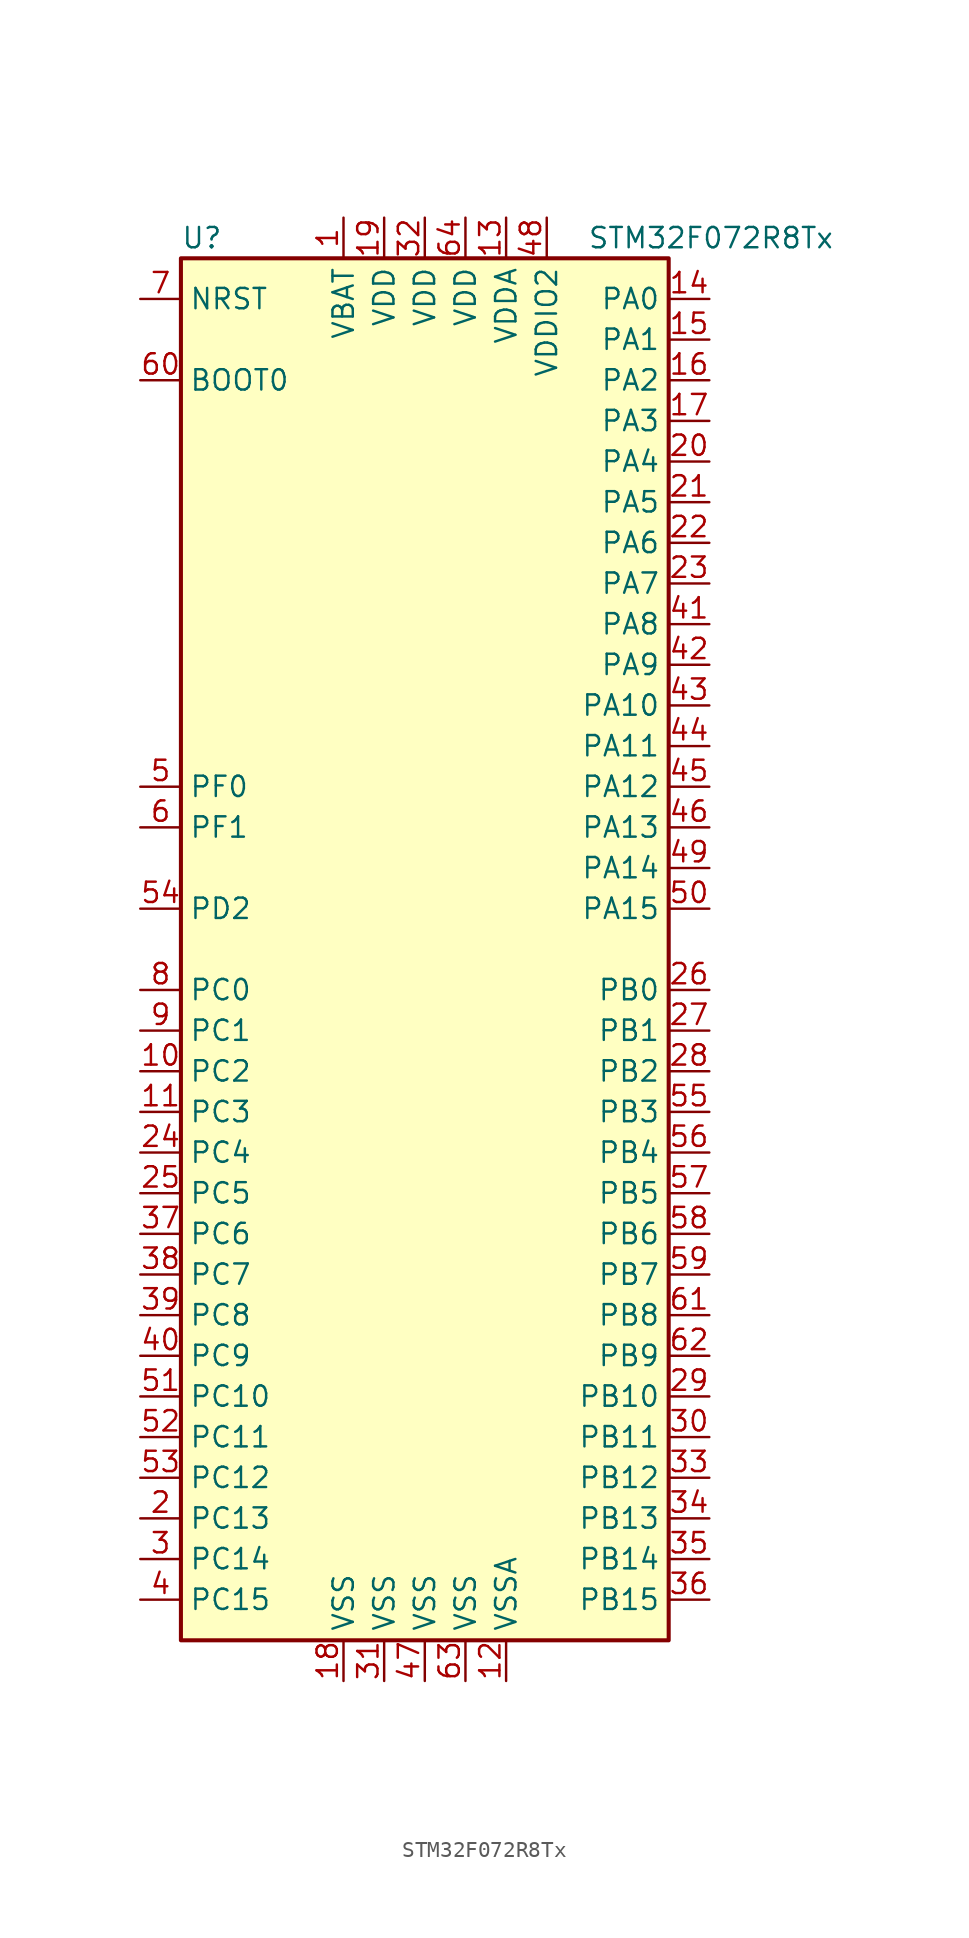
<source format=kicad_sym>
(kicad_symbol_lib
  (version 20201005)
  (generator kicad_symbol_editor)
  (symbol "STM32F072R8Tx"
    (property "Reference" "U"
      (at -15.24 44.45 0)
      (effects (font (size 1.27 1.27)) (justify left)))
    (property "Value" "STM32F072R8Tx"
      (at 10.16 44.45 0)
      (effects (font (size 1.27 1.27)) (justify left)))
    (symbol "STM32F072R8Tx_0_1"
      (rectangle (start -15.24 -43.18) (end 15.24 43.18) (stroke (width 0.254)) (fill (type background))))
    (symbol "STM32F072R8Tx_1_1"
      (pin power_in line (at -5.08 45.72 270) (length 2.54) (name "VBAT" (effects (font (size 1.27 1.27)))) (number "1" (effects (font (size 1.27 1.27)))))
      (pin bidirectional line (at -17.78 -7.62 0) (length 2.54) (name "PC2" (effects (font (size 1.27 1.27)))) (number "10" (effects (font (size 1.27 1.27)))))
      (pin bidirectional line (at -17.78 -10.16 0) (length 2.54) (name "PC3" (effects (font (size 1.27 1.27)))) (number "11" (effects (font (size 1.27 1.27)))))
      (pin power_in line (at 5.08 -45.72 90) (length 2.54) (name "VSSA" (effects (font (size 1.27 1.27)))) (number "12" (effects (font (size 1.27 1.27)))))
      (pin power_in line (at 5.08 45.72 270) (length 2.54) (name "VDDA" (effects (font (size 1.27 1.27)))) (number "13" (effects (font (size 1.27 1.27)))))
      (pin bidirectional line (at 17.78 40.64 180) (length 2.54) (name "PA0" (effects (font (size 1.27 1.27)))) (number "14" (effects (font (size 1.27 1.27)))))
      (pin bidirectional line (at 17.78 38.1 180) (length 2.54) (name "PA1" (effects (font (size 1.27 1.27)))) (number "15" (effects (font (size 1.27 1.27)))))
      (pin bidirectional line (at 17.78 35.56 180) (length 2.54) (name "PA2" (effects (font (size 1.27 1.27)))) (number "16" (effects (font (size 1.27 1.27)))))
      (pin bidirectional line (at 17.78 33.02 180) (length 2.54) (name "PA3" (effects (font (size 1.27 1.27)))) (number "17" (effects (font (size 1.27 1.27)))))
      (pin power_in line (at -5.08 -45.72 90) (length 2.54) (name "VSS" (effects (font (size 1.27 1.27)))) (number "18" (effects (font (size 1.27 1.27)))))
      (pin power_in line (at -2.54 45.72 270) (length 2.54) (name "VDD" (effects (font (size 1.27 1.27)))) (number "19" (effects (font (size 1.27 1.27)))))
      (pin bidirectional line (at -17.78 -35.56 0) (length 2.54) (name "PC13" (effects (font (size 1.27 1.27)))) (number "2" (effects (font (size 1.27 1.27)))))
      (pin bidirectional line (at 17.78 30.48 180) (length 2.54) (name "PA4" (effects (font (size 1.27 1.27)))) (number "20" (effects (font (size 1.27 1.27)))))
      (pin bidirectional line (at 17.78 27.94 180) (length 2.54) (name "PA5" (effects (font (size 1.27 1.27)))) (number "21" (effects (font (size 1.27 1.27)))))
      (pin bidirectional line (at 17.78 25.4 180) (length 2.54) (name "PA6" (effects (font (size 1.27 1.27)))) (number "22" (effects (font (size 1.27 1.27)))))
      (pin bidirectional line (at 17.78 22.86 180) (length 2.54) (name "PA7" (effects (font (size 1.27 1.27)))) (number "23" (effects (font (size 1.27 1.27)))))
      (pin bidirectional line (at -17.78 -12.7 0) (length 2.54) (name "PC4" (effects (font (size 1.27 1.27)))) (number "24" (effects (font (size 1.27 1.27)))))
      (pin bidirectional line (at -17.78 -15.24 0) (length 2.54) (name "PC5" (effects (font (size 1.27 1.27)))) (number "25" (effects (font (size 1.27 1.27)))))
      (pin bidirectional line (at 17.78 -2.54 180) (length 2.54) (name "PB0" (effects (font (size 1.27 1.27)))) (number "26" (effects (font (size 1.27 1.27)))))
      (pin bidirectional line (at 17.78 -5.08 180) (length 2.54) (name "PB1" (effects (font (size 1.27 1.27)))) (number "27" (effects (font (size 1.27 1.27)))))
      (pin bidirectional line (at 17.78 -7.62 180) (length 2.54) (name "PB2" (effects (font (size 1.27 1.27)))) (number "28" (effects (font (size 1.27 1.27)))))
      (pin bidirectional line (at 17.78 -27.94 180) (length 2.54) (name "PB10" (effects (font (size 1.27 1.27)))) (number "29" (effects (font (size 1.27 1.27)))))
      (pin bidirectional line (at -17.78 -38.1 0) (length 2.54) (name "PC14" (effects (font (size 1.27 1.27)))) (number "3" (effects (font (size 1.27 1.27)))))
      (pin bidirectional line (at 17.78 -30.48 180) (length 2.54) (name "PB11" (effects (font (size 1.27 1.27)))) (number "30" (effects (font (size 1.27 1.27)))))
      (pin power_in line (at -2.54 -45.72 90) (length 2.54) (name "VSS" (effects (font (size 1.27 1.27)))) (number "31" (effects (font (size 1.27 1.27)))))
      (pin power_in line (at 0 45.72 270) (length 2.54) (name "VDD" (effects (font (size 1.27 1.27)))) (number "32" (effects (font (size 1.27 1.27)))))
      (pin bidirectional line (at 17.78 -33.02 180) (length 2.54) (name "PB12" (effects (font (size 1.27 1.27)))) (number "33" (effects (font (size 1.27 1.27)))))
      (pin bidirectional line (at 17.78 -35.56 180) (length 2.54) (name "PB13" (effects (font (size 1.27 1.27)))) (number "34" (effects (font (size 1.27 1.27)))))
      (pin bidirectional line (at 17.78 -38.1 180) (length 2.54) (name "PB14" (effects (font (size 1.27 1.27)))) (number "35" (effects (font (size 1.27 1.27)))))
      (pin bidirectional line (at 17.78 -40.64 180) (length 2.54) (name "PB15" (effects (font (size 1.27 1.27)))) (number "36" (effects (font (size 1.27 1.27)))))
      (pin bidirectional line (at -17.78 -17.78 0) (length 2.54) (name "PC6" (effects (font (size 1.27 1.27)))) (number "37" (effects (font (size 1.27 1.27)))))
      (pin bidirectional line (at -17.78 -20.32 0) (length 2.54) (name "PC7" (effects (font (size 1.27 1.27)))) (number "38" (effects (font (size 1.27 1.27)))))
      (pin bidirectional line (at -17.78 -22.86 0) (length 2.54) (name "PC8" (effects (font (size 1.27 1.27)))) (number "39" (effects (font (size 1.27 1.27)))))
      (pin bidirectional line (at -17.78 -40.64 0) (length 2.54) (name "PC15" (effects (font (size 1.27 1.27)))) (number "4" (effects (font (size 1.27 1.27)))))
      (pin bidirectional line (at -17.78 -25.4 0) (length 2.54) (name "PC9" (effects (font (size 1.27 1.27)))) (number "40" (effects (font (size 1.27 1.27)))))
      (pin bidirectional line (at 17.78 20.32 180) (length 2.54) (name "PA8" (effects (font (size 1.27 1.27)))) (number "41" (effects (font (size 1.27 1.27)))))
      (pin bidirectional line (at 17.78 17.78 180) (length 2.54) (name "PA9" (effects (font (size 1.27 1.27)))) (number "42" (effects (font (size 1.27 1.27)))))
      (pin bidirectional line (at 17.78 15.24 180) (length 2.54) (name "PA10" (effects (font (size 1.27 1.27)))) (number "43" (effects (font (size 1.27 1.27)))))
      (pin bidirectional line (at 17.78 12.7 180) (length 2.54) (name "PA11" (effects (font (size 1.27 1.27)))) (number "44" (effects (font (size 1.27 1.27)))))
      (pin bidirectional line (at 17.78 10.16 180) (length 2.54) (name "PA12" (effects (font (size 1.27 1.27)))) (number "45" (effects (font (size 1.27 1.27)))))
      (pin bidirectional line (at 17.78 7.62 180) (length 2.54) (name "PA13" (effects (font (size 1.27 1.27)))) (number "46" (effects (font (size 1.27 1.27)))))
      (pin power_in line (at 0 -45.72 90) (length 2.54) (name "VSS" (effects (font (size 1.27 1.27)))) (number "47" (effects (font (size 1.27 1.27)))))
      (pin power_in line (at 7.62 45.72 270) (length 2.54) (name "VDDIO2" (effects (font (size 1.27 1.27)))) (number "48" (effects (font (size 1.27 1.27)))))
      (pin bidirectional line (at 17.78 5.08 180) (length 2.54) (name "PA14" (effects (font (size 1.27 1.27)))) (number "49" (effects (font (size 1.27 1.27)))))
      (pin input line (at -17.78 10.16 0) (length 2.54) (name "PF0" (effects (font (size 1.27 1.27)))) (number "5" (effects (font (size 1.27 1.27)))))
      (pin bidirectional line (at 17.78 2.54 180) (length 2.54) (name "PA15" (effects (font (size 1.27 1.27)))) (number "50" (effects (font (size 1.27 1.27)))))
      (pin bidirectional line (at -17.78 -27.94 0) (length 2.54) (name "PC10" (effects (font (size 1.27 1.27)))) (number "51" (effects (font (size 1.27 1.27)))))
      (pin bidirectional line (at -17.78 -30.48 0) (length 2.54) (name "PC11" (effects (font (size 1.27 1.27)))) (number "52" (effects (font (size 1.27 1.27)))))
      (pin bidirectional line (at -17.78 -33.02 0) (length 2.54) (name "PC12" (effects (font (size 1.27 1.27)))) (number "53" (effects (font (size 1.27 1.27)))))
      (pin bidirectional line (at -17.78 2.54 0) (length 2.54) (name "PD2" (effects (font (size 1.27 1.27)))) (number "54" (effects (font (size 1.27 1.27)))))
      (pin bidirectional line (at 17.78 -10.16 180) (length 2.54) (name "PB3" (effects (font (size 1.27 1.27)))) (number "55" (effects (font (size 1.27 1.27)))))
      (pin bidirectional line (at 17.78 -12.7 180) (length 2.54) (name "PB4" (effects (font (size 1.27 1.27)))) (number "56" (effects (font (size 1.27 1.27)))))
      (pin bidirectional line (at 17.78 -15.24 180) (length 2.54) (name "PB5" (effects (font (size 1.27 1.27)))) (number "57" (effects (font (size 1.27 1.27)))))
      (pin bidirectional line (at 17.78 -17.78 180) (length 2.54) (name "PB6" (effects (font (size 1.27 1.27)))) (number "58" (effects (font (size 1.27 1.27)))))
      (pin bidirectional line (at 17.78 -20.32 180) (length 2.54) (name "PB7" (effects (font (size 1.27 1.27)))) (number "59" (effects (font (size 1.27 1.27)))))
      (pin input line (at -17.78 7.62 0) (length 2.54) (name "PF1" (effects (font (size 1.27 1.27)))) (number "6" (effects (font (size 1.27 1.27)))))
      (pin input line (at -17.78 35.56 0) (length 2.54) (name "BOOT0" (effects (font (size 1.27 1.27)))) (number "60" (effects (font (size 1.27 1.27)))))
      (pin bidirectional line (at 17.78 -22.86 180) (length 2.54) (name "PB8" (effects (font (size 1.27 1.27)))) (number "61" (effects (font (size 1.27 1.27)))))
      (pin bidirectional line (at 17.78 -25.4 180) (length 2.54) (name "PB9" (effects (font (size 1.27 1.27)))) (number "62" (effects (font (size 1.27 1.27)))))
      (pin power_in line (at 2.54 -45.72 90) (length 2.54) (name "VSS" (effects (font (size 1.27 1.27)))) (number "63" (effects (font (size 1.27 1.27)))))
      (pin power_in line (at 2.54 45.72 270) (length 2.54) (name "VDD" (effects (font (size 1.27 1.27)))) (number "64" (effects (font (size 1.27 1.27)))))
      (pin input line (at -17.78 40.64 0) (length 2.54) (name "NRST" (effects (font (size 1.27 1.27)))) (number "7" (effects (font (size 1.27 1.27)))))
      (pin bidirectional line (at -17.78 -2.54 0) (length 2.54) (name "PC0" (effects (font (size 1.27 1.27)))) (number "8" (effects (font (size 1.27 1.27)))))
      (pin bidirectional line (at -17.78 -5.08 0) (length 2.54) (name "PC1" (effects (font (size 1.27 1.27)))) (number "9" (effects (font (size 1.27 1.27))))))))
</source>
